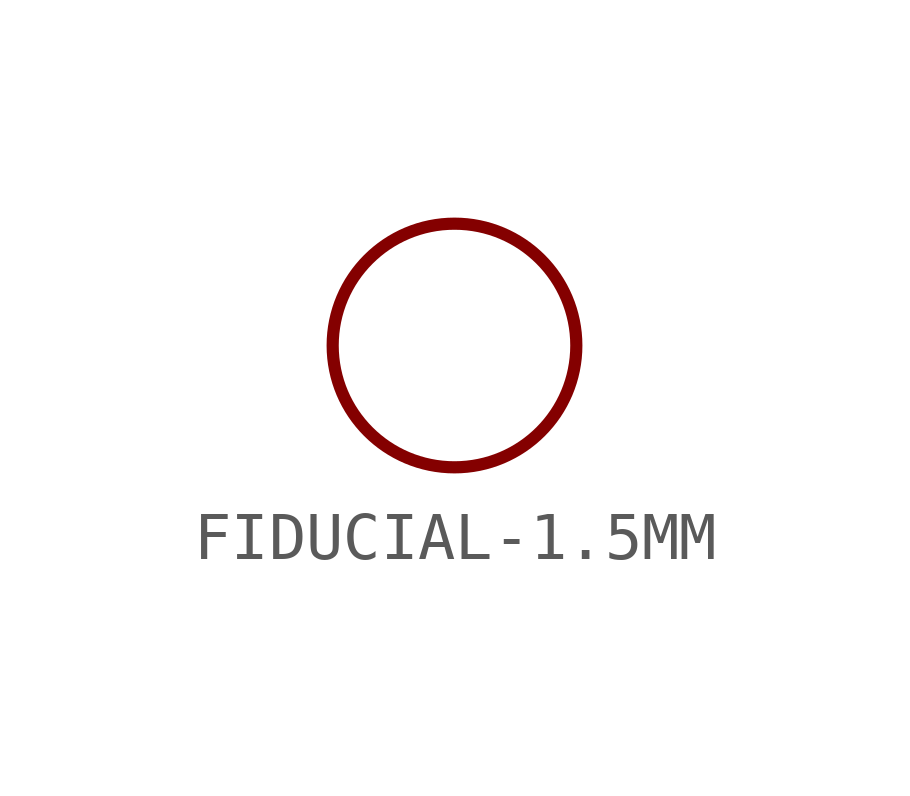
<source format=kicad_sym>
(kicad_symbol_lib
  (version 20211014)
  (generator kicad_symbol_editor)
  (symbol "FIDUCIAL-1.5MM"
    (property "Reference" "FD"
      (at 0 0 0)
      (effects (font (size 1.27 1.27)) hide))
    (property "ki_locked" ""
      (at 0 0 0)
      (effects (font (size 1.27 1.27))))
    (symbol "FIDUCIAL-1.5MM_1_0"
      (circle (center 0 0) (radius 2.54) (stroke (width 0.254) (type default) (color 0 0 0 0)) (fill (type none))))))
</source>
